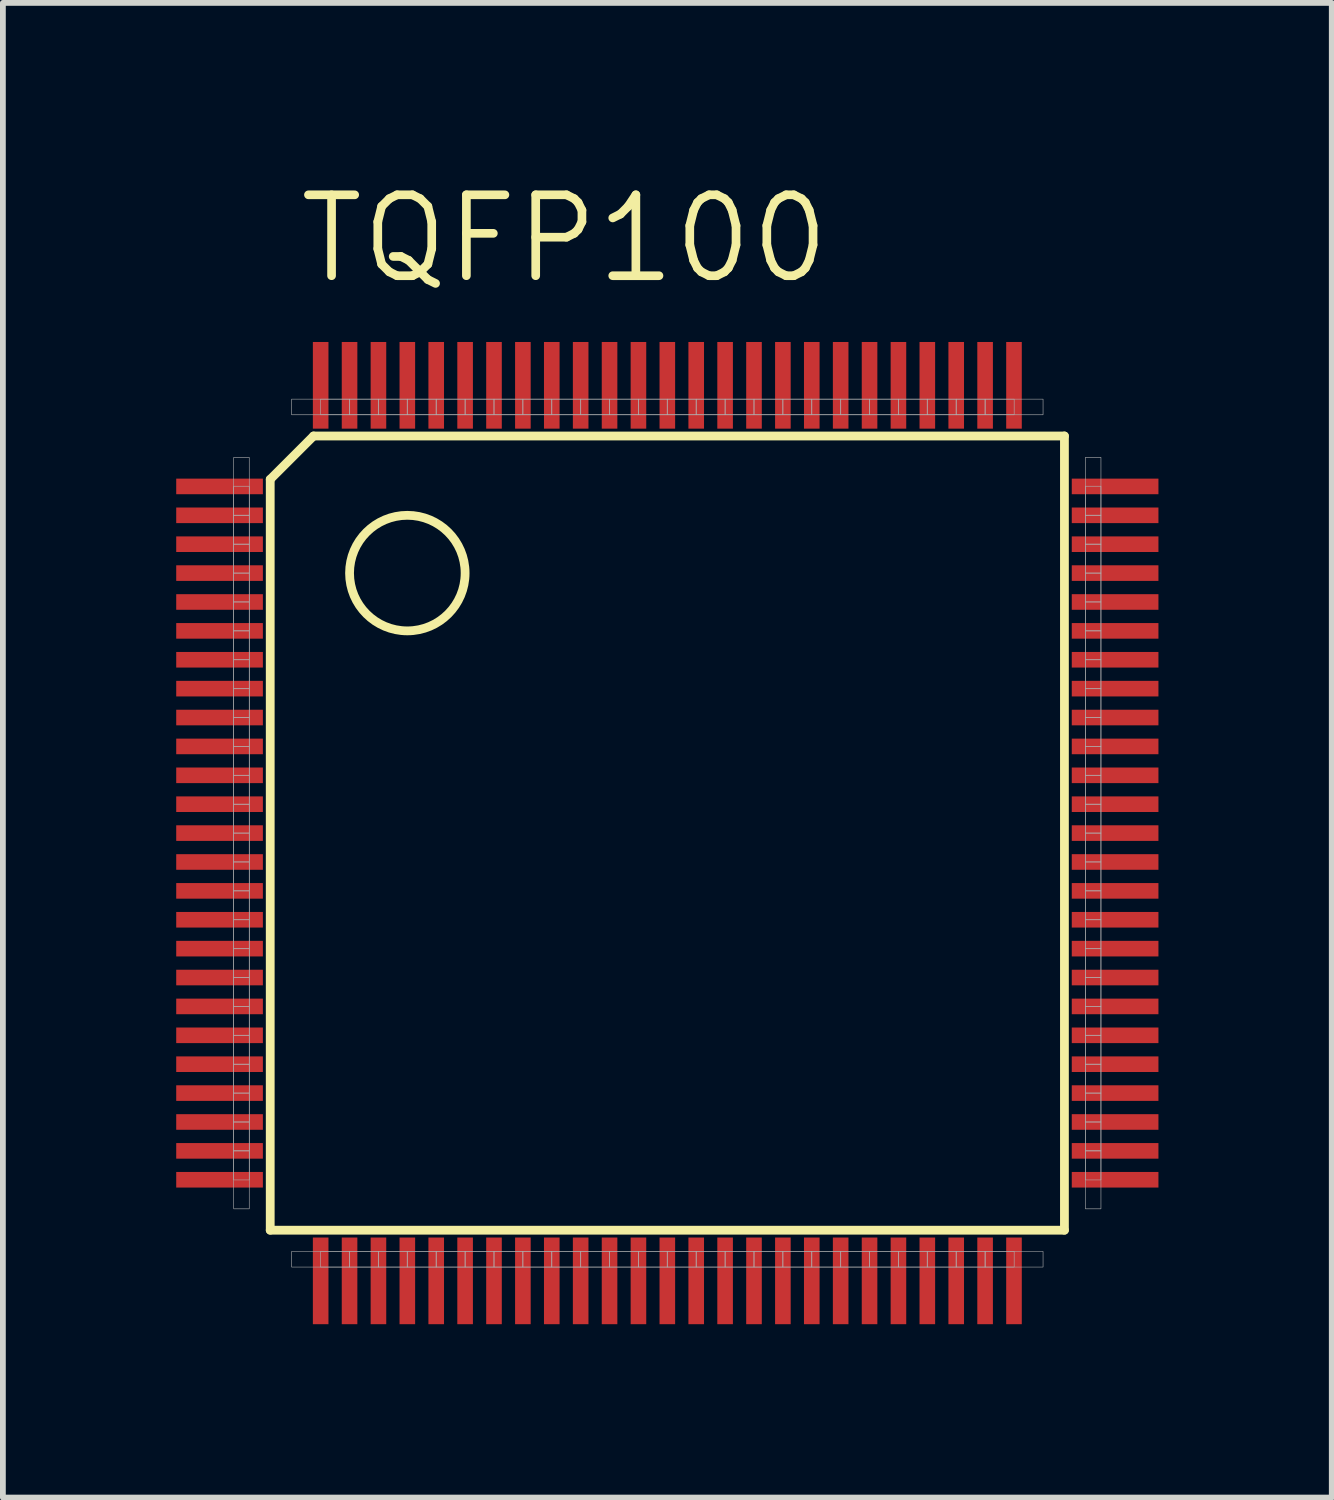
<source format=kicad_pcb>
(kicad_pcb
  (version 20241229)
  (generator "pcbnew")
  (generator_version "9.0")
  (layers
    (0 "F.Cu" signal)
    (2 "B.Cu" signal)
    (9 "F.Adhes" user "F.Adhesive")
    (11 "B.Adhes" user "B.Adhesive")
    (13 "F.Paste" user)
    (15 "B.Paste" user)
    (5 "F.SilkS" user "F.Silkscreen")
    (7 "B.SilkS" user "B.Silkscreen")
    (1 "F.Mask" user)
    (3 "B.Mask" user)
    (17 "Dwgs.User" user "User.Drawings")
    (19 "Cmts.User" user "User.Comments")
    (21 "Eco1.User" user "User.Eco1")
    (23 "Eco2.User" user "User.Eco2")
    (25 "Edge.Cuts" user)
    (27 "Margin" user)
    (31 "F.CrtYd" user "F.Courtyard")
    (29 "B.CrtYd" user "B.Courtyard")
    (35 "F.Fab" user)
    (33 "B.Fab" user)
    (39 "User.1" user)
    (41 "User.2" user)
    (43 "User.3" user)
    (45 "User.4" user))
  (footprint "TQFP100"
    (layer "F.Cu")
    (at 8.5 11.369)
    (property "Reference" "TQFP100" (at -1.778 -10.287 0) (layer "F.SilkS") (effects (font (size 1.4 1.4) (thickness 0.15))))
    (attr smd)
    (fp_line (start -6.873 -6.123) (end -6.123 -6.873) (stroke (width 0.152) (type solid)) (layer "F.SilkS"))
    (fp_line (start -6.873 6.873) (end -6.873 -6.123) (stroke (width 0.152) (type solid)) (layer "F.SilkS"))
    (fp_line (start -6.123 -6.873) (end 6.873 -6.873) (stroke (width 0.152) (type solid)) (layer "F.SilkS"))
    (fp_line (start 6.873 -6.873) (end 6.873 6.873) (stroke (width 0.152) (type solid)) (layer "F.SilkS"))
    (fp_line (start 6.873 6.873) (end -6.873 6.873) (stroke (width 0.152) (type solid)) (layer "F.SilkS"))
    (fp_circle (center -4.5 -4.5) (end -3.5 -4.5) (stroke (width 0.152) (type solid)) (fill no) (layer "F.SilkS"))
    (fp_poly (pts (xy -7.505 -6.503) (xy -7.236 -6.503) (xy -7.236 -5.497) (xy -7.505 -5.497)) (stroke (width 0.01) (type solid)) (fill no) (layer "F.Fab"))
    (fp_poly (pts (xy -7.505 -6.003) (xy -7.236 -6.003) (xy -7.236 -4.997) (xy -7.505 -4.997)) (stroke (width 0.01) (type solid)) (fill no) (layer "F.Fab"))
    (fp_poly (pts (xy -7.505 -5.503) (xy -7.236 -5.503) (xy -7.236 -4.497) (xy -7.505 -4.497)) (stroke (width 0.01) (type solid)) (fill no) (layer "F.Fab"))
    (fp_poly (pts (xy -7.505 -5.003) (xy -7.236 -5.003) (xy -7.236 -3.998) (xy -7.505 -3.998)) (stroke (width 0.01) (type solid)) (fill no) (layer "F.Fab"))
    (fp_poly (pts (xy -7.505 -4.503) (xy -7.236 -4.503) (xy -7.236 -3.498) (xy -7.505 -3.498)) (stroke (width 0.01) (type solid)) (fill no) (layer "F.Fab"))
    (fp_poly (pts (xy -7.505 -4.003) (xy -7.236 -4.003) (xy -7.236 -2.998) (xy -7.505 -2.998)) (stroke (width 0.01) (type solid)) (fill no) (layer "F.Fab"))
    (fp_poly (pts (xy -7.505 -3.502) (xy -7.236 -3.502) (xy -7.236 -2.498) (xy -7.505 -2.498)) (stroke (width 0.01) (type solid)) (fill no) (layer "F.Fab"))
    (fp_poly (pts (xy -7.505 -3.002) (xy -7.236 -3.002) (xy -7.236 -1.998) (xy -7.505 -1.998)) (stroke (width 0.01) (type solid)) (fill no) (layer "F.Fab"))
    (fp_poly (pts (xy -7.505 -2.502) (xy -7.236 -2.502) (xy -7.236 -1.498) (xy -7.505 -1.498)) (stroke (width 0.01) (type solid)) (fill no) (layer "F.Fab"))
    (fp_poly (pts (xy -7.505 -2.002) (xy -7.236 -2.002) (xy -7.236 -0.998) (xy -7.505 -0.998)) (stroke (width 0.01) (type solid)) (fill no) (layer "F.Fab"))
    (fp_poly (pts (xy -7.505 -1.502) (xy -7.236 -1.502) (xy -7.236 -0.497) (xy -7.505 -0.497)) (stroke (width 0.01) (type solid)) (fill no) (layer "F.Fab"))
    (fp_poly (pts (xy -7.505 -1.002) (xy -7.236 -1.002) (xy -7.236 0.003) (xy -7.505 0.003)) (stroke (width 0.01) (type solid)) (fill no) (layer "F.Fab"))
    (fp_poly (pts (xy -7.505 -0.502) (xy -7.236 -0.502) (xy -7.236 0.502) (xy -7.505 0.502)) (stroke (width 0.01) (type solid)) (fill no) (layer "F.Fab"))
    (fp_poly (pts (xy -7.505 -0.003) (xy -7.236 -0.003) (xy -7.236 1.002) (xy -7.505 1.002)) (stroke (width 0.01) (type solid)) (fill no) (layer "F.Fab"))
    (fp_poly (pts (xy -7.505 0.497) (xy -7.236 0.497) (xy -7.236 1.502) (xy -7.505 1.502)) (stroke (width 0.01) (type solid)) (fill no) (layer "F.Fab"))
    (fp_poly (pts (xy -7.505 0.998) (xy -7.236 0.998) (xy -7.236 2.002) (xy -7.505 2.002)) (stroke (width 0.01) (type solid)) (fill no) (layer "F.Fab"))
    (fp_poly (pts (xy -7.505 1.498) (xy -7.236 1.498) (xy -7.236 2.502) (xy -7.505 2.502)) (stroke (width 0.01) (type solid)) (fill no) (layer "F.Fab"))
    (fp_poly (pts (xy -7.505 1.998) (xy -7.236 1.998) (xy -7.236 3.002) (xy -7.505 3.002)) (stroke (width 0.01) (type solid)) (fill no) (layer "F.Fab"))
    (fp_poly (pts (xy -7.505 2.498) (xy -7.236 2.498) (xy -7.236 3.502) (xy -7.505 3.502)) (stroke (width 0.01) (type solid)) (fill no) (layer "F.Fab"))
    (fp_poly (pts (xy -7.505 2.998) (xy -7.236 2.998) (xy -7.236 4.003) (xy -7.505 4.003)) (stroke (width 0.01) (type solid)) (fill no) (layer "F.Fab"))
    (fp_poly (pts (xy -7.505 3.498) (xy -7.236 3.498) (xy -7.236 4.503) (xy -7.505 4.503)) (stroke (width 0.01) (type solid)) (fill no) (layer "F.Fab"))
    (fp_poly (pts (xy -7.505 3.998) (xy -7.236 3.998) (xy -7.236 5.003) (xy -7.505 5.003)) (stroke (width 0.01) (type solid)) (fill no) (layer "F.Fab"))
    (fp_poly (pts (xy -7.505 4.497) (xy -7.236 4.497) (xy -7.236 5.503) (xy -7.505 5.503)) (stroke (width 0.01) (type solid)) (fill no) (layer "F.Fab"))
    (fp_poly (pts (xy -7.505 4.997) (xy -7.236 4.997) (xy -7.236 6.003) (xy -7.505 6.003)) (stroke (width 0.01) (type solid)) (fill no) (layer "F.Fab"))
    (fp_poly (pts (xy -7.505 5.497) (xy -7.236 5.497) (xy -7.236 6.503) (xy -7.505 6.503)) (stroke (width 0.01) (type solid)) (fill no) (layer "F.Fab"))
    (fp_poly (pts (xy -6.503 -7.511) (xy -5.497 -7.511) (xy -5.497 -7.24) (xy -6.503 -7.24)) (stroke (width 0.01) (type solid)) (fill no) (layer "F.Fab"))
    (fp_poly (pts (xy -6.503 7.24) (xy -5.497 7.24) (xy -5.497 7.511) (xy -6.503 7.511)) (stroke (width 0.01) (type solid)) (fill no) (layer "F.Fab"))
    (fp_poly (pts (xy -6.003 -7.511) (xy -4.997 -7.511) (xy -4.997 -7.24) (xy -6.003 -7.24)) (stroke (width 0.01) (type solid)) (fill no) (layer "F.Fab"))
    (fp_poly (pts (xy -6.003 7.24) (xy -4.997 7.24) (xy -4.997 7.511) (xy -6.003 7.511)) (stroke (width 0.01) (type solid)) (fill no) (layer "F.Fab"))
    (fp_poly (pts (xy -5.503 -7.511) (xy -4.497 -7.511) (xy -4.497 -7.24) (xy -5.503 -7.24)) (stroke (width 0.01) (type solid)) (fill no) (layer "F.Fab"))
    (fp_poly (pts (xy -5.503 7.24) (xy -4.497 7.24) (xy -4.497 7.511) (xy -5.503 7.511)) (stroke (width 0.01) (type solid)) (fill no) (layer "F.Fab"))
    (fp_poly (pts (xy -5.003 -7.511) (xy -3.998 -7.511) (xy -3.998 -7.24) (xy -5.003 -7.24)) (stroke (width 0.01) (type solid)) (fill no) (layer "F.Fab"))
    (fp_poly (pts (xy -5.003 7.24) (xy -3.998 7.24) (xy -3.998 7.511) (xy -5.003 7.511)) (stroke (width 0.01) (type solid)) (fill no) (layer "F.Fab"))
    (fp_poly (pts (xy -4.503 -7.511) (xy -3.498 -7.511) (xy -3.498 -7.24) (xy -4.503 -7.24)) (stroke (width 0.01) (type solid)) (fill no) (layer "F.Fab"))
    (fp_poly (pts (xy -4.503 7.24) (xy -3.498 7.24) (xy -3.498 7.511) (xy -4.503 7.511)) (stroke (width 0.01) (type solid)) (fill no) (layer "F.Fab"))
    (fp_poly (pts (xy -4.003 -7.511) (xy -2.998 -7.511) (xy -2.998 -7.24) (xy -4.003 -7.24)) (stroke (width 0.01) (type solid)) (fill no) (layer "F.Fab"))
    (fp_poly (pts (xy -4.003 7.24) (xy -2.998 7.24) (xy -2.998 7.511) (xy -4.003 7.511)) (stroke (width 0.01) (type solid)) (fill no) (layer "F.Fab"))
    (fp_poly (pts (xy -3.502 -7.511) (xy -2.498 -7.511) (xy -2.498 -7.24) (xy -3.502 -7.24)) (stroke (width 0.01) (type solid)) (fill no) (layer "F.Fab"))
    (fp_poly (pts (xy -3.502 7.24) (xy -2.498 7.24) (xy -2.498 7.511) (xy -3.502 7.511)) (stroke (width 0.01) (type solid)) (fill no) (layer "F.Fab"))
    (fp_poly (pts (xy -3.002 -7.511) (xy -1.998 -7.511) (xy -1.998 -7.24) (xy -3.002 -7.24)) (stroke (width 0.01) (type solid)) (fill no) (layer "F.Fab"))
    (fp_poly (pts (xy -3.002 7.24) (xy -1.998 7.24) (xy -1.998 7.511) (xy -3.002 7.511)) (stroke (width 0.01) (type solid)) (fill no) (layer "F.Fab"))
    (fp_poly (pts (xy -2.502 -7.511) (xy -1.498 -7.511) (xy -1.498 -7.24) (xy -2.502 -7.24)) (stroke (width 0.01) (type solid)) (fill no) (layer "F.Fab"))
    (fp_poly (pts (xy -2.502 7.24) (xy -1.498 7.24) (xy -1.498 7.511) (xy -2.502 7.511)) (stroke (width 0.01) (type solid)) (fill no) (layer "F.Fab"))
    (fp_poly (pts (xy -2.002 -7.511) (xy -0.998 -7.511) (xy -0.998 -7.24) (xy -2.002 -7.24)) (stroke (width 0.01) (type solid)) (fill no) (layer "F.Fab"))
    (fp_poly (pts (xy -2.002 7.24) (xy -0.998 7.24) (xy -0.998 7.511) (xy -2.002 7.511)) (stroke (width 0.01) (type solid)) (fill no) (layer "F.Fab"))
    (fp_poly (pts (xy -1.502 -7.511) (xy -0.497 -7.511) (xy -0.497 -7.24) (xy -1.502 -7.24)) (stroke (width 0.01) (type solid)) (fill no) (layer "F.Fab"))
    (fp_poly (pts (xy -1.502 7.24) (xy -0.497 7.24) (xy -0.497 7.511) (xy -1.502 7.511)) (stroke (width 0.01) (type solid)) (fill no) (layer "F.Fab"))
    (fp_poly (pts (xy -1.002 -7.511) (xy 0.003 -7.511) (xy 0.003 -7.24) (xy -1.002 -7.24)) (stroke (width 0.01) (type solid)) (fill no) (layer "F.Fab"))
    (fp_poly (pts (xy -1.002 7.24) (xy 0.003 7.24) (xy 0.003 7.511) (xy -1.002 7.511)) (stroke (width 0.01) (type solid)) (fill no) (layer "F.Fab"))
    (fp_poly (pts (xy -0.502 -7.511) (xy 0.502 -7.511) (xy 0.502 -7.24) (xy -0.502 -7.24)) (stroke (width 0.01) (type solid)) (fill no) (layer "F.Fab"))
    (fp_poly (pts (xy -0.502 7.24) (xy 0.502 7.24) (xy 0.502 7.511) (xy -0.502 7.511)) (stroke (width 0.01) (type solid)) (fill no) (layer "F.Fab"))
    (fp_poly (pts (xy -0.003 -7.511) (xy 1.002 -7.511) (xy 1.002 -7.24) (xy -0.003 -7.24)) (stroke (width 0.01) (type solid)) (fill no) (layer "F.Fab"))
    (fp_poly (pts (xy -0.003 7.24) (xy 1.002 7.24) (xy 1.002 7.511) (xy -0.003 7.511)) (stroke (width 0.01) (type solid)) (fill no) (layer "F.Fab"))
    (fp_poly (pts (xy 0.497 -7.511) (xy 1.502 -7.511) (xy 1.502 -7.24) (xy 0.497 -7.24)) (stroke (width 0.01) (type solid)) (fill no) (layer "F.Fab"))
    (fp_poly (pts (xy 0.497 7.24) (xy 1.502 7.24) (xy 1.502 7.511) (xy 0.497 7.511)) (stroke (width 0.01) (type solid)) (fill no) (layer "F.Fab"))
    (fp_poly (pts (xy 0.998 -7.511) (xy 2.002 -7.511) (xy 2.002 -7.24) (xy 0.998 -7.24)) (stroke (width 0.01) (type solid)) (fill no) (layer "F.Fab"))
    (fp_poly (pts (xy 0.998 7.24) (xy 2.002 7.24) (xy 2.002 7.511) (xy 0.998 7.511)) (stroke (width 0.01) (type solid)) (fill no) (layer "F.Fab"))
    (fp_poly (pts (xy 1.498 -7.511) (xy 2.502 -7.511) (xy 2.502 -7.24) (xy 1.498 -7.24)) (stroke (width 0.01) (type solid)) (fill no) (layer "F.Fab"))
    (fp_poly (pts (xy 1.498 7.24) (xy 2.502 7.24) (xy 2.502 7.511) (xy 1.498 7.511)) (stroke (width 0.01) (type solid)) (fill no) (layer "F.Fab"))
    (fp_poly (pts (xy 1.998 -7.511) (xy 3.002 -7.511) (xy 3.002 -7.24) (xy 1.998 -7.24)) (stroke (width 0.01) (type solid)) (fill no) (layer "F.Fab"))
    (fp_poly (pts (xy 1.998 7.24) (xy 3.002 7.24) (xy 3.002 7.511) (xy 1.998 7.511)) (stroke (width 0.01) (type solid)) (fill no) (layer "F.Fab"))
    (fp_poly (pts (xy 2.498 -7.511) (xy 3.502 -7.511) (xy 3.502 -7.24) (xy 2.498 -7.24)) (stroke (width 0.01) (type solid)) (fill no) (layer "F.Fab"))
    (fp_poly (pts (xy 2.498 7.24) (xy 3.502 7.24) (xy 3.502 7.511) (xy 2.498 7.511)) (stroke (width 0.01) (type solid)) (fill no) (layer "F.Fab"))
    (fp_poly (pts (xy 2.998 -7.511) (xy 4.003 -7.511) (xy 4.003 -7.24) (xy 2.998 -7.24)) (stroke (width 0.01) (type solid)) (fill no) (layer "F.Fab"))
    (fp_poly (pts (xy 2.998 7.24) (xy 4.003 7.24) (xy 4.003 7.511) (xy 2.998 7.511)) (stroke (width 0.01) (type solid)) (fill no) (layer "F.Fab"))
    (fp_poly (pts (xy 3.498 -7.511) (xy 4.503 -7.511) (xy 4.503 -7.24) (xy 3.498 -7.24)) (stroke (width 0.01) (type solid)) (fill no) (layer "F.Fab"))
    (fp_poly (pts (xy 3.498 7.24) (xy 4.503 7.24) (xy 4.503 7.511) (xy 3.498 7.511)) (stroke (width 0.01) (type solid)) (fill no) (layer "F.Fab"))
    (fp_poly (pts (xy 3.998 -7.511) (xy 5.003 -7.511) (xy 5.003 -7.24) (xy 3.998 -7.24)) (stroke (width 0.01) (type solid)) (fill no) (layer "F.Fab"))
    (fp_poly (pts (xy 3.998 7.24) (xy 5.003 7.24) (xy 5.003 7.511) (xy 3.998 7.511)) (stroke (width 0.01) (type solid)) (fill no) (layer "F.Fab"))
    (fp_poly (pts (xy 4.497 -7.511) (xy 5.503 -7.511) (xy 5.503 -7.24) (xy 4.497 -7.24)) (stroke (width 0.01) (type solid)) (fill no) (layer "F.Fab"))
    (fp_poly (pts (xy 4.497 7.24) (xy 5.503 7.24) (xy 5.503 7.511) (xy 4.497 7.511)) (stroke (width 0.01) (type solid)) (fill no) (layer "F.Fab"))
    (fp_poly (pts (xy 4.997 -7.511) (xy 6.003 -7.511) (xy 6.003 -7.24) (xy 4.997 -7.24)) (stroke (width 0.01) (type solid)) (fill no) (layer "F.Fab"))
    (fp_poly (pts (xy 4.997 7.24) (xy 6.003 7.24) (xy 6.003 7.511) (xy 4.997 7.511)) (stroke (width 0.01) (type solid)) (fill no) (layer "F.Fab"))
    (fp_poly (pts (xy 5.497 -7.511) (xy 6.503 -7.511) (xy 6.503 -7.24) (xy 5.497 -7.24)) (stroke (width 0.01) (type solid)) (fill no) (layer "F.Fab"))
    (fp_poly (pts (xy 5.497 7.24) (xy 6.503 7.24) (xy 6.503 7.511) (xy 5.497 7.511)) (stroke (width 0.01) (type solid)) (fill no) (layer "F.Fab"))
    (fp_poly (pts (xy 7.236 -6.503) (xy 7.505 -6.503) (xy 7.505 -5.497) (xy 7.236 -5.497)) (stroke (width 0.01) (type solid)) (fill no) (layer "F.Fab"))
    (fp_poly (pts (xy 7.236 -6.003) (xy 7.505 -6.003) (xy 7.505 -4.997) (xy 7.236 -4.997)) (stroke (width 0.01) (type solid)) (fill no) (layer "F.Fab"))
    (fp_poly (pts (xy 7.236 -5.503) (xy 7.505 -5.503) (xy 7.505 -4.497) (xy 7.236 -4.497)) (stroke (width 0.01) (type solid)) (fill no) (layer "F.Fab"))
    (fp_poly (pts (xy 7.236 -5.003) (xy 7.505 -5.003) (xy 7.505 -3.998) (xy 7.236 -3.998)) (stroke (width 0.01) (type solid)) (fill no) (layer "F.Fab"))
    (fp_poly (pts (xy 7.236 -4.503) (xy 7.505 -4.503) (xy 7.505 -3.498) (xy 7.236 -3.498)) (stroke (width 0.01) (type solid)) (fill no) (layer "F.Fab"))
    (fp_poly (pts (xy 7.236 -4.003) (xy 7.505 -4.003) (xy 7.505 -2.998) (xy 7.236 -2.998)) (stroke (width 0.01) (type solid)) (fill no) (layer "F.Fab"))
    (fp_poly (pts (xy 7.236 -3.502) (xy 7.505 -3.502) (xy 7.505 -2.498) (xy 7.236 -2.498)) (stroke (width 0.01) (type solid)) (fill no) (layer "F.Fab"))
    (fp_poly (pts (xy 7.236 -3.002) (xy 7.505 -3.002) (xy 7.505 -1.998) (xy 7.236 -1.998)) (stroke (width 0.01) (type solid)) (fill no) (layer "F.Fab"))
    (fp_poly (pts (xy 7.236 -2.502) (xy 7.505 -2.502) (xy 7.505 -1.498) (xy 7.236 -1.498)) (stroke (width 0.01) (type solid)) (fill no) (layer "F.Fab"))
    (fp_poly (pts (xy 7.236 -2.002) (xy 7.505 -2.002) (xy 7.505 -0.998) (xy 7.236 -0.998)) (stroke (width 0.01) (type solid)) (fill no) (layer "F.Fab"))
    (fp_poly (pts (xy 7.236 -1.502) (xy 7.505 -1.502) (xy 7.505 -0.497) (xy 7.236 -0.497)) (stroke (width 0.01) (type solid)) (fill no) (layer "F.Fab"))
    (fp_poly (pts (xy 7.236 -1.002) (xy 7.505 -1.002) (xy 7.505 0.003) (xy 7.236 0.003)) (stroke (width 0.01) (type solid)) (fill no) (layer "F.Fab"))
    (fp_poly (pts (xy 7.236 -0.502) (xy 7.505 -0.502) (xy 7.505 0.502) (xy 7.236 0.502)) (stroke (width 0.01) (type solid)) (fill no) (layer "F.Fab"))
    (fp_poly (pts (xy 7.236 -0.003) (xy 7.505 -0.003) (xy 7.505 1.002) (xy 7.236 1.002)) (stroke (width 0.01) (type solid)) (fill no) (layer "F.Fab"))
    (fp_poly (pts (xy 7.236 0.497) (xy 7.505 0.497) (xy 7.505 1.502) (xy 7.236 1.502)) (stroke (width 0.01) (type solid)) (fill no) (layer "F.Fab"))
    (fp_poly (pts (xy 7.236 0.998) (xy 7.505 0.998) (xy 7.505 2.002) (xy 7.236 2.002)) (stroke (width 0.01) (type solid)) (fill no) (layer "F.Fab"))
    (fp_poly (pts (xy 7.236 1.498) (xy 7.505 1.498) (xy 7.505 2.502) (xy 7.236 2.502)) (stroke (width 0.01) (type solid)) (fill no) (layer "F.Fab"))
    (fp_poly (pts (xy 7.236 1.998) (xy 7.505 1.998) (xy 7.505 3.002) (xy 7.236 3.002)) (stroke (width 0.01) (type solid)) (fill no) (layer "F.Fab"))
    (fp_poly (pts (xy 7.236 2.498) (xy 7.505 2.498) (xy 7.505 3.502) (xy 7.236 3.502)) (stroke (width 0.01) (type solid)) (fill no) (layer "F.Fab"))
    (fp_poly (pts (xy 7.236 2.998) (xy 7.505 2.998) (xy 7.505 4.003) (xy 7.236 4.003)) (stroke (width 0.01) (type solid)) (fill no) (layer "F.Fab"))
    (fp_poly (pts (xy 7.236 3.498) (xy 7.505 3.498) (xy 7.505 4.503) (xy 7.236 4.503)) (stroke (width 0.01) (type solid)) (fill no) (layer "F.Fab"))
    (fp_poly (pts (xy 7.236 3.998) (xy 7.505 3.998) (xy 7.505 5.003) (xy 7.236 5.003)) (stroke (width 0.01) (type solid)) (fill no) (layer "F.Fab"))
    (fp_poly (pts (xy 7.236 4.497) (xy 7.505 4.497) (xy 7.505 5.503) (xy 7.236 5.503)) (stroke (width 0.01) (type solid)) (fill no) (layer "F.Fab"))
    (fp_poly (pts (xy 7.236 4.997) (xy 7.505 4.997) (xy 7.505 6.003) (xy 7.236 6.003)) (stroke (width 0.01) (type solid)) (fill no) (layer "F.Fab"))
    (fp_poly (pts (xy 7.236 5.497) (xy 7.505 5.497) (xy 7.505 6.503) (xy 7.236 6.503)) (stroke (width 0.01) (type solid)) (fill no) (layer "F.Fab"))
    (pad "1" smd rect (at -7.75 -6 270) (size 0.27 1.5) (layers "F.Cu" "F.Mask" "F.Paste"))
    (pad "2" smd rect (at -7.75 -5.5 270) (size 0.27 1.5) (layers "F.Cu" "F.Mask" "F.Paste"))
    (pad "3" smd rect (at -7.75 -5 270) (size 0.27 1.5) (layers "F.Cu" "F.Mask" "F.Paste"))
    (pad "4" smd rect (at -7.75 -4.5 270) (size 0.27 1.5) (layers "F.Cu" "F.Mask" "F.Paste"))
    (pad "5" smd rect (at -7.75 -4 270) (size 0.27 1.5) (layers "F.Cu" "F.Mask" "F.Paste"))
    (pad "6" smd rect (at -7.75 -3.5 270) (size 0.27 1.5) (layers "F.Cu" "F.Mask" "F.Paste"))
    (pad "7" smd rect (at -7.75 -3 270) (size 0.27 1.5) (layers "F.Cu" "F.Mask" "F.Paste"))
    (pad "8" smd rect (at -7.75 -2.5 270) (size 0.27 1.5) (layers "F.Cu" "F.Mask" "F.Paste"))
    (pad "9" smd rect (at -7.75 -2 270) (size 0.27 1.5) (layers "F.Cu" "F.Mask" "F.Paste"))
    (pad "10" smd rect (at -7.75 -1.5 270) (size 0.27 1.5) (layers "F.Cu" "F.Mask" "F.Paste"))
    (pad "11" smd rect (at -7.75 -1 270) (size 0.27 1.5) (layers "F.Cu" "F.Mask" "F.Paste"))
    (pad "12" smd rect (at -7.75 -0.5 270) (size 0.27 1.5) (layers "F.Cu" "F.Mask" "F.Paste"))
    (pad "13" smd rect (at -7.75 0 270) (size 0.27 1.5) (layers "F.Cu" "F.Mask" "F.Paste"))
    (pad "14" smd rect (at -7.75 0.5 270) (size 0.27 1.5) (layers "F.Cu" "F.Mask" "F.Paste"))
    (pad "15" smd rect (at -7.75 1 270) (size 0.27 1.5) (layers "F.Cu" "F.Mask" "F.Paste"))
    (pad "16" smd rect (at -7.75 1.5 270) (size 0.27 1.5) (layers "F.Cu" "F.Mask" "F.Paste"))
    (pad "17" smd rect (at -7.75 2 270) (size 0.27 1.5) (layers "F.Cu" "F.Mask" "F.Paste"))
    (pad "18" smd rect (at -7.75 2.5 270) (size 0.27 1.5) (layers "F.Cu" "F.Mask" "F.Paste"))
    (pad "19" smd rect (at -7.75 3 270) (size 0.27 1.5) (layers "F.Cu" "F.Mask" "F.Paste"))
    (pad "20" smd rect (at -7.75 3.5 270) (size 0.27 1.5) (layers "F.Cu" "F.Mask" "F.Paste"))
    (pad "21" smd rect (at -7.75 4 270) (size 0.27 1.5) (layers "F.Cu" "F.Mask" "F.Paste"))
    (pad "22" smd rect (at -7.75 4.5 270) (size 0.27 1.5) (layers "F.Cu" "F.Mask" "F.Paste"))
    (pad "23" smd rect (at -7.75 5 270) (size 0.27 1.5) (layers "F.Cu" "F.Mask" "F.Paste"))
    (pad "24" smd rect (at -7.75 5.5 270) (size 0.27 1.5) (layers "F.Cu" "F.Mask" "F.Paste"))
    (pad "25" smd rect (at -7.75 6 270) (size 0.27 1.5) (layers "F.Cu" "F.Mask" "F.Paste"))
    (pad "26" smd rect (at -6 7.75 270) (size 1.5 0.27) (layers "F.Cu" "F.Mask" "F.Paste"))
    (pad "27" smd rect (at -5.5 7.75 270) (size 1.5 0.27) (layers "F.Cu" "F.Mask" "F.Paste"))
    (pad "28" smd rect (at -5 7.75 270) (size 1.5 0.27) (layers "F.Cu" "F.Mask" "F.Paste"))
    (pad "29" smd rect (at -4.5 7.75 270) (size 1.5 0.27) (layers "F.Cu" "F.Mask" "F.Paste"))
    (pad "30" smd rect (at -4 7.75 270) (size 1.5 0.27) (layers "F.Cu" "F.Mask" "F.Paste"))
    (pad "31" smd rect (at -3.5 7.75 270) (size 1.5 0.27) (layers "F.Cu" "F.Mask" "F.Paste"))
    (pad "32" smd rect (at -3 7.75 270) (size 1.5 0.27) (layers "F.Cu" "F.Mask" "F.Paste"))
    (pad "33" smd rect (at -2.5 7.75 270) (size 1.5 0.27) (layers "F.Cu" "F.Mask" "F.Paste"))
    (pad "34" smd rect (at -2 7.75 270) (size 1.5 0.27) (layers "F.Cu" "F.Mask" "F.Paste"))
    (pad "35" smd rect (at -1.5 7.75 270) (size 1.5 0.27) (layers "F.Cu" "F.Mask" "F.Paste"))
    (pad "36" smd rect (at -1 7.75 270) (size 1.5 0.27) (layers "F.Cu" "F.Mask" "F.Paste"))
    (pad "37" smd rect (at -0.5 7.75 270) (size 1.5 0.27) (layers "F.Cu" "F.Mask" "F.Paste"))
    (pad "38" smd rect (at 0 7.75 270) (size 1.5 0.27) (layers "F.Cu" "F.Mask" "F.Paste"))
    (pad "39" smd rect (at 0.5 7.75 270) (size 1.5 0.27) (layers "F.Cu" "F.Mask" "F.Paste"))
    (pad "40" smd rect (at 1 7.75 270) (size 1.5 0.27) (layers "F.Cu" "F.Mask" "F.Paste"))
    (pad "41" smd rect (at 1.5 7.75 270) (size 1.5 0.27) (layers "F.Cu" "F.Mask" "F.Paste"))
    (pad "42" smd rect (at 2 7.75 270) (size 1.5 0.27) (layers "F.Cu" "F.Mask" "F.Paste"))
    (pad "43" smd rect (at 2.5 7.75 270) (size 1.5 0.27) (layers "F.Cu" "F.Mask" "F.Paste"))
    (pad "44" smd rect (at 3 7.75 270) (size 1.5 0.27) (layers "F.Cu" "F.Mask" "F.Paste"))
    (pad "45" smd rect (at 3.5 7.75 270) (size 1.5 0.27) (layers "F.Cu" "F.Mask" "F.Paste"))
    (pad "46" smd rect (at 4 7.75 270) (size 1.5 0.27) (layers "F.Cu" "F.Mask" "F.Paste"))
    (pad "47" smd rect (at 4.5 7.75 270) (size 1.5 0.27) (layers "F.Cu" "F.Mask" "F.Paste"))
    (pad "48" smd rect (at 5 7.75 270) (size 1.5 0.27) (layers "F.Cu" "F.Mask" "F.Paste"))
    (pad "49" smd rect (at 5.5 7.75 270) (size 1.5 0.27) (layers "F.Cu" "F.Mask" "F.Paste"))
    (pad "50" smd rect (at 6 7.75 270) (size 1.5 0.27) (layers "F.Cu" "F.Mask" "F.Paste"))
    (pad "51" smd rect (at 7.75 6 270) (size 0.27 1.5) (layers "F.Cu" "F.Mask" "F.Paste"))
    (pad "52" smd rect (at 7.75 5.5 270) (size 0.27 1.5) (layers "F.Cu" "F.Mask" "F.Paste"))
    (pad "53" smd rect (at 7.75 5 270) (size 0.27 1.5) (layers "F.Cu" "F.Mask" "F.Paste"))
    (pad "54" smd rect (at 7.75 4.5 270) (size 0.27 1.5) (layers "F.Cu" "F.Mask" "F.Paste"))
    (pad "55" smd rect (at 7.75 4 270) (size 0.27 1.5) (layers "F.Cu" "F.Mask" "F.Paste"))
    (pad "56" smd rect (at 7.75 3.5 270) (size 0.27 1.5) (layers "F.Cu" "F.Mask" "F.Paste"))
    (pad "57" smd rect (at 7.75 3 270) (size 0.27 1.5) (layers "F.Cu" "F.Mask" "F.Paste"))
    (pad "58" smd rect (at 7.75 2.5 270) (size 0.27 1.5) (layers "F.Cu" "F.Mask" "F.Paste"))
    (pad "59" smd rect (at 7.75 2 270) (size 0.27 1.5) (layers "F.Cu" "F.Mask" "F.Paste"))
    (pad "60" smd rect (at 7.75 1.5 270) (size 0.27 1.5) (layers "F.Cu" "F.Mask" "F.Paste"))
    (pad "61" smd rect (at 7.75 1 270) (size 0.27 1.5) (layers "F.Cu" "F.Mask" "F.Paste"))
    (pad "62" smd rect (at 7.75 0.5 270) (size 0.27 1.5) (layers "F.Cu" "F.Mask" "F.Paste"))
    (pad "63" smd rect (at 7.75 0 270) (size 0.27 1.5) (layers "F.Cu" "F.Mask" "F.Paste"))
    (pad "64" smd rect (at 7.75 -0.5 270) (size 0.27 1.5) (layers "F.Cu" "F.Mask" "F.Paste"))
    (pad "65" smd rect (at 7.75 -1 270) (size 0.27 1.5) (layers "F.Cu" "F.Mask" "F.Paste"))
    (pad "66" smd rect (at 7.75 -1.5 270) (size 0.27 1.5) (layers "F.Cu" "F.Mask" "F.Paste"))
    (pad "67" smd rect (at 7.75 -2 270) (size 0.27 1.5) (layers "F.Cu" "F.Mask" "F.Paste"))
    (pad "68" smd rect (at 7.75 -2.5 270) (size 0.27 1.5) (layers "F.Cu" "F.Mask" "F.Paste"))
    (pad "69" smd rect (at 7.75 -3 270) (size 0.27 1.5) (layers "F.Cu" "F.Mask" "F.Paste"))
    (pad "70" smd rect (at 7.75 -3.5 270) (size 0.27 1.5) (layers "F.Cu" "F.Mask" "F.Paste"))
    (pad "71" smd rect (at 7.75 -4 270) (size 0.27 1.5) (layers "F.Cu" "F.Mask" "F.Paste"))
    (pad "72" smd rect (at 7.75 -4.5 270) (size 0.27 1.5) (layers "F.Cu" "F.Mask" "F.Paste"))
    (pad "73" smd rect (at 7.75 -5 270) (size 0.27 1.5) (layers "F.Cu" "F.Mask" "F.Paste"))
    (pad "74" smd rect (at 7.75 -5.5 270) (size 0.27 1.5) (layers "F.Cu" "F.Mask" "F.Paste"))
    (pad "75" smd rect (at 7.75 -6 270) (size 0.27 1.5) (layers "F.Cu" "F.Mask" "F.Paste"))
    (pad "76" smd rect (at 6 -7.75 270) (size 1.5 0.27) (layers "F.Cu" "F.Mask" "F.Paste"))
    (pad "77" smd rect (at 5.5 -7.75 270) (size 1.5 0.27) (layers "F.Cu" "F.Mask" "F.Paste"))
    (pad "78" smd rect (at 5 -7.75 270) (size 1.5 0.27) (layers "F.Cu" "F.Mask" "F.Paste"))
    (pad "79" smd rect (at 4.5 -7.75 270) (size 1.5 0.27) (layers "F.Cu" "F.Mask" "F.Paste"))
    (pad "80" smd rect (at 4 -7.75 270) (size 1.5 0.27) (layers "F.Cu" "F.Mask" "F.Paste"))
    (pad "81" smd rect (at 3.5 -7.75 270) (size 1.5 0.27) (layers "F.Cu" "F.Mask" "F.Paste"))
    (pad "82" smd rect (at 3 -7.75 270) (size 1.5 0.27) (layers "F.Cu" "F.Mask" "F.Paste"))
    (pad "83" smd rect (at 2.5 -7.75 270) (size 1.5 0.27) (layers "F.Cu" "F.Mask" "F.Paste"))
    (pad "84" smd rect (at 2 -7.75 270) (size 1.5 0.27) (layers "F.Cu" "F.Mask" "F.Paste"))
    (pad "85" smd rect (at 1.5 -7.75 270) (size 1.5 0.27) (layers "F.Cu" "F.Mask" "F.Paste"))
    (pad "86" smd rect (at 1 -7.75 270) (size 1.5 0.27) (layers "F.Cu" "F.Mask" "F.Paste"))
    (pad "87" smd rect (at 0.5 -7.75 270) (size 1.5 0.27) (layers "F.Cu" "F.Mask" "F.Paste"))
    (pad "88" smd rect (at 0 -7.75 270) (size 1.5 0.27) (layers "F.Cu" "F.Mask" "F.Paste"))
    (pad "89" smd rect (at -0.5 -7.75 270) (size 1.5 0.27) (layers "F.Cu" "F.Mask" "F.Paste"))
    (pad "90" smd rect (at -1 -7.75 270) (size 1.5 0.27) (layers "F.Cu" "F.Mask" "F.Paste"))
    (pad "91" smd rect (at -1.5 -7.75 270) (size 1.5 0.27) (layers "F.Cu" "F.Mask" "F.Paste"))
    (pad "92" smd rect (at -2 -7.75 270) (size 1.5 0.27) (layers "F.Cu" "F.Mask" "F.Paste"))
    (pad "93" smd rect (at -2.5 -7.75 270) (size 1.5 0.27) (layers "F.Cu" "F.Mask" "F.Paste"))
    (pad "94" smd rect (at -3 -7.75 270) (size 1.5 0.27) (layers "F.Cu" "F.Mask" "F.Paste"))
    (pad "95" smd rect (at -3.5 -7.75 270) (size 1.5 0.27) (layers "F.Cu" "F.Mask" "F.Paste"))
    (pad "96" smd rect (at -4 -7.75 270) (size 1.5 0.27) (layers "F.Cu" "F.Mask" "F.Paste"))
    (pad "97" smd rect (at -4.5 -7.75 270) (size 1.5 0.27) (layers "F.Cu" "F.Mask" "F.Paste"))
    (pad "98" smd rect (at -5 -7.75 270) (size 1.5 0.27) (layers "F.Cu" "F.Mask" "F.Paste"))
    (pad "99" smd rect (at -5.5 -7.75 270) (size 1.5 0.27) (layers "F.Cu" "F.Mask" "F.Paste"))
    (pad "100" smd rect (at -6 -7.75 270) (size 1.5 0.27) (layers "F.Cu" "F.Mask" "F.Paste")))
  (gr_rect
    (start -3 -3)
    (end 20 22.869)
    (stroke (width 0.1) (type default))
    (fill no)
    (layer "Edge.Cuts")))
</source>
